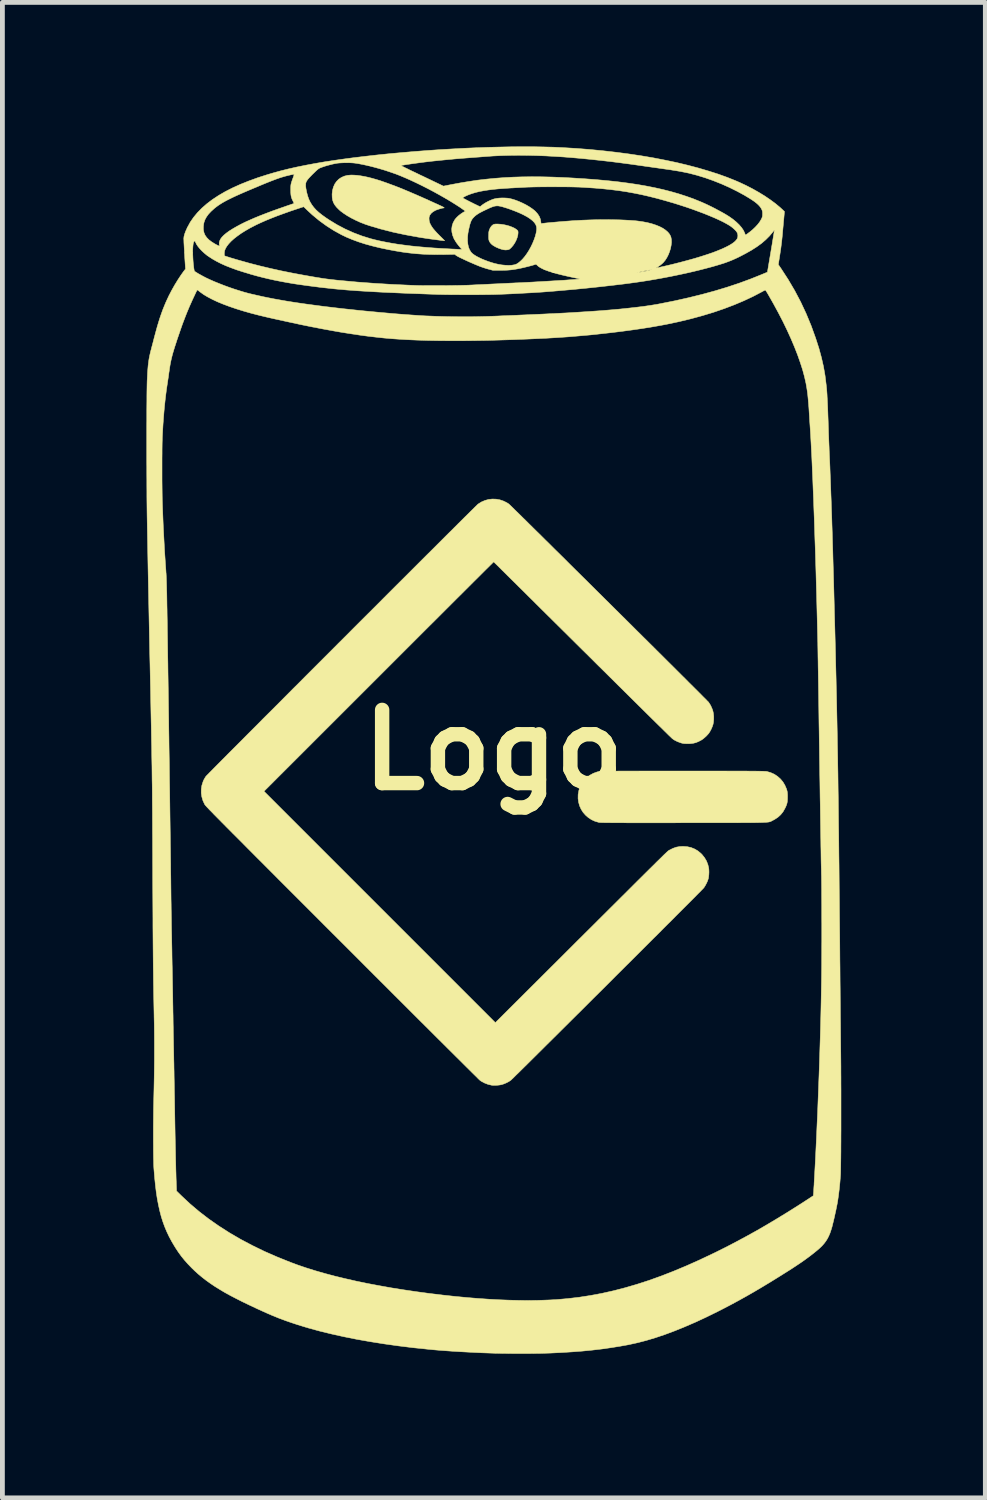
<source format=kicad_pcb>
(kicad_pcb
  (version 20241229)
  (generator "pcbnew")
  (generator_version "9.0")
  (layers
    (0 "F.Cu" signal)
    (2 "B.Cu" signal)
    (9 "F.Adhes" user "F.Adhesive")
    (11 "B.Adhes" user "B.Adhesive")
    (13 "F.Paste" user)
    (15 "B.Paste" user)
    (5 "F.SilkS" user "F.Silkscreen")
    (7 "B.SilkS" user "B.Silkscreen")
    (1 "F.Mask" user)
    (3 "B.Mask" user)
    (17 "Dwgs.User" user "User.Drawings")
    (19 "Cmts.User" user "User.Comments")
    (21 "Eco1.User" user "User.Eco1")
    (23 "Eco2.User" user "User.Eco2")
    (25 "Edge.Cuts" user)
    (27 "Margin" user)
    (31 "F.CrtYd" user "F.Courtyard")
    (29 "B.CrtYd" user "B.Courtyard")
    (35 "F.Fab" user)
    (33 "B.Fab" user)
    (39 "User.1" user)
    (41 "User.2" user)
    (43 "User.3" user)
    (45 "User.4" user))
  (footprint "Logo"
    (layer "F.Cu")
    (at 7.228 12.564)
    (property "Reference" "Logo" (at 0 0 0) (layer "F.SilkS") (effects (font (size 1.524 1.524) (thickness 0.3))))
    (attr through_hole)
    (fp_poly (pts (xy 0.082 -10.95) (xy 0.086 -10.95) (xy 0.145 -10.946) (xy 0.207 -10.937) (xy 0.269 -10.924) (xy 0.329 -10.907) (xy 0.384 -10.886) (xy 0.432 -10.864) (xy 0.47 -10.839) (xy 0.483 -10.829) (xy 0.497 -10.816) (xy 0.504 -10.805) (xy 0.507 -10.791) (xy 0.508 -10.77) (xy 0.508 -10.766) (xy 0.503 -10.719) (xy 0.489 -10.666) (xy 0.468 -10.612) (xy 0.44 -10.558) (xy 0.407 -10.508) (xy 0.371 -10.465) (xy 0.334 -10.43) (xy 0.333 -10.429) (xy 0.31 -10.418) (xy 0.279 -10.412) (xy 0.243 -10.41) (xy 0.208 -10.414) (xy 0.155 -10.427) (xy 0.099 -10.447) (xy 0.045 -10.471) (xy -0.004 -10.499) (xy -0.036 -10.522) (xy -0.069 -10.556) (xy -0.087 -10.584) (xy -0.094 -10.6) (xy -0.099 -10.614) (xy -0.102 -10.629) (xy -0.104 -10.649) (xy -0.105 -10.675) (xy -0.105 -10.703) (xy -0.104 -10.743) (xy -0.103 -10.773) (xy -0.099 -10.797) (xy -0.094 -10.818) (xy -0.092 -10.823) (xy -0.073 -10.868) (xy -0.048 -10.905) (xy -0.019 -10.931) (xy -0.013 -10.935) (xy 0.001 -10.942) (xy 0.014 -10.946) (xy 0.03 -10.949) (xy 0.052 -10.95) (xy 0.082 -10.95)) (stroke (width 0.01) (type solid)) (fill yes) (layer "F.SilkS"))
    (fp_poly (pts (xy -2.903 -11.968) (xy -2.836 -11.963) (xy -2.766 -11.953) (xy -2.691 -11.94) (xy -2.612 -11.923) (xy -2.527 -11.901) (xy -2.436 -11.875) (xy -2.339 -11.844) (xy -2.235 -11.808) (xy -2.124 -11.767) (xy -2.005 -11.722) (xy -1.878 -11.671) (xy -1.743 -11.614) (xy -1.598 -11.552) (xy -1.444 -11.484) (xy -1.28 -11.41) (xy -1.105 -11.33) (xy -1.087 -11.322) (xy -1.057 -11.307) (xy -1.038 -11.296) (xy -1.03 -11.289) (xy -1.033 -11.285) (xy -1.043 -11.284) (xy -1.061 -11.282) (xy -1.088 -11.276) (xy -1.119 -11.267) (xy -1.152 -11.257) (xy -1.184 -11.246) (xy -1.211 -11.235) (xy -1.217 -11.232) (xy -1.266 -11.203) (xy -1.304 -11.17) (xy -1.33 -11.133) (xy -1.344 -11.093) (xy -1.346 -11.063) (xy -1.343 -11.024) (xy -1.335 -10.986) (xy -1.319 -10.947) (xy -1.296 -10.906) (xy -1.266 -10.862) (xy -1.226 -10.814) (xy -1.178 -10.761) (xy -1.123 -10.705) (xy -1.021 -10.604) (xy -1.046 -10.605) (xy -1.065 -10.607) (xy -1.091 -10.609) (xy -1.114 -10.612) (xy -1.191 -10.622) (xy -1.257 -10.631) (xy -1.314 -10.638) (xy -1.366 -10.646) (xy -1.415 -10.653) (xy -1.461 -10.66) (xy -1.509 -10.667) (xy -1.56 -10.676) (xy -1.574 -10.678) (xy -1.842 -10.727) (xy -2.1 -10.782) (xy -2.35 -10.846) (xy -2.584 -10.915) (xy -2.682 -10.948) (xy -2.779 -10.986) (xy -2.873 -11.029) (xy -2.962 -11.074) (xy -3.045 -11.121) (xy -3.12 -11.17) (xy -3.185 -11.218) (xy -3.219 -11.248) (xy -3.269 -11.298) (xy -3.307 -11.346) (xy -3.335 -11.395) (xy -3.353 -11.447) (xy -3.362 -11.503) (xy -3.364 -11.565) (xy -3.364 -11.576) (xy -3.355 -11.652) (xy -3.336 -11.721) (xy -3.308 -11.784) (xy -3.27 -11.838) (xy -3.224 -11.884) (xy -3.17 -11.92) (xy -3.109 -11.947) (xy -3.041 -11.964) (xy -2.967 -11.97) (xy -2.966 -11.97) (xy -2.903 -11.968)) (stroke (width 0.01) (type solid)) (fill yes) (layer "F.SilkS"))
    (fp_poly (pts (xy 4.113 0.438) (xy 4.276 0.438) (xy 4.427 0.438) (xy 4.567 0.438) (xy 4.696 0.438) (xy 4.815 0.438) (xy 4.924 0.439) (xy 5.023 0.439) (xy 5.113 0.439) (xy 5.194 0.439) (xy 5.267 0.439) (xy 5.333 0.44) (xy 5.391 0.44) (xy 5.442 0.44) (xy 5.487 0.441) (xy 5.526 0.441) (xy 5.56 0.442) (xy 5.589 0.442) (xy 5.613 0.443) (xy 5.633 0.444) (xy 5.649 0.444) (xy 5.662 0.445) (xy 5.673 0.446) (xy 5.681 0.447) (xy 5.687 0.448) (xy 5.688 0.448) (xy 5.767 0.471) (xy 5.841 0.504) (xy 5.908 0.548) (xy 5.968 0.601) (xy 6.02 0.662) (xy 6.062 0.732) (xy 6.095 0.808) (xy 6.104 0.836) (xy 6.11 0.86) (xy 6.114 0.882) (xy 6.116 0.907) (xy 6.118 0.938) (xy 6.118 0.978) (xy 6.117 1.028) (xy 6.114 1.069) (xy 6.108 1.105) (xy 6.098 1.139) (xy 6.083 1.177) (xy 6.064 1.216) (xy 6.024 1.287) (xy 5.976 1.347) (xy 5.919 1.399) (xy 5.853 1.443) (xy 5.82 1.461) (xy 5.809 1.466) (xy 5.8 1.471) (xy 5.792 1.476) (xy 5.784 1.48) (xy 5.777 1.484) (xy 5.769 1.488) (xy 5.761 1.491) (xy 5.751 1.494) (xy 5.739 1.497) (xy 5.726 1.5) (xy 5.709 1.502) (xy 5.69 1.504) (xy 5.667 1.506) (xy 5.64 1.507) (xy 5.608 1.509) (xy 5.572 1.51) (xy 5.53 1.511) (xy 5.483 1.512) (xy 5.429 1.513) (xy 5.368 1.513) (xy 5.3 1.514) (xy 5.224 1.514) (xy 5.14 1.514) (xy 5.048 1.515) (xy 4.947 1.515) (xy 4.836 1.515) (xy 4.715 1.515) (xy 4.583 1.515) (xy 4.441 1.515) (xy 4.287 1.515) (xy 4.122 1.515) (xy 3.956 1.515) (xy 3.779 1.516) (xy 3.614 1.516) (xy 3.461 1.516) (xy 3.319 1.516) (xy 3.189 1.516) (xy 3.068 1.516) (xy 2.958 1.516) (xy 2.857 1.516) (xy 2.766 1.516) (xy 2.683 1.515) (xy 2.609 1.515) (xy 2.542 1.515) (xy 2.483 1.515) (xy 2.43 1.514) (xy 2.385 1.514) (xy 2.345 1.513) (xy 2.311 1.513) (xy 2.282 1.512) (xy 2.257 1.512) (xy 2.238 1.511) (xy 2.221 1.51) (xy 2.209 1.51) (xy 2.199 1.509) (xy 2.192 1.508) (xy 2.188 1.507) (xy 2.109 1.484) (xy 2.037 1.451) (xy 1.971 1.408) (xy 1.913 1.357) (xy 1.862 1.299) (xy 1.821 1.234) (xy 1.789 1.164) (xy 1.768 1.089) (xy 1.757 1.012) (xy 1.758 0.932) (xy 1.759 0.922) (xy 1.774 0.841) (xy 1.801 0.764) (xy 1.838 0.693) (xy 1.884 0.629) (xy 1.939 0.573) (xy 2.003 0.525) (xy 2.074 0.486) (xy 2.151 0.458) (xy 2.192 0.447) (xy 2.198 0.446) (xy 2.207 0.445) (xy 2.218 0.445) (xy 2.234 0.444) (xy 2.253 0.443) (xy 2.276 0.443) (xy 2.305 0.442) (xy 2.338 0.441) (xy 2.378 0.441) (xy 2.423 0.441) (xy 2.475 0.44) (xy 2.535 0.44) (xy 2.601 0.439) (xy 2.676 0.439) (xy 2.759 0.439) (xy 2.85 0.439) (xy 2.951 0.439) (xy 3.062 0.438) (xy 3.183 0.438) (xy 3.314 0.438) (xy 3.456 0.438) (xy 3.61 0.438) (xy 3.776 0.438) (xy 3.938 0.438) (xy 4.113 0.438)) (stroke (width 0.01) (type solid)) (fill yes) (layer "F.SilkS"))
    (fp_poly (pts (xy 0.052 -5.222) (xy 0.13 -5.208) (xy 0.206 -5.182) (xy 0.223 -5.173) (xy 0.253 -5.159) (xy 0.282 -5.143) (xy 0.306 -5.128) (xy 0.314 -5.122) (xy 0.321 -5.116) (xy 0.337 -5.101) (xy 0.361 -5.078) (xy 0.393 -5.047) (xy 0.432 -5.008) (xy 0.479 -4.962) (xy 0.533 -4.91) (xy 0.593 -4.85) (xy 0.66 -4.785) (xy 0.732 -4.713) (xy 0.81 -4.636) (xy 0.893 -4.554) (xy 0.981 -4.468) (xy 1.073 -4.376) (xy 1.17 -4.281) (xy 1.27 -4.181) (xy 1.374 -4.079) (xy 1.481 -3.973) (xy 1.59 -3.864) (xy 1.702 -3.753) (xy 1.816 -3.64) (xy 1.932 -3.526) (xy 2.049 -3.409) (xy 2.167 -3.292) (xy 2.286 -3.174) (xy 2.405 -3.056) (xy 2.524 -2.938) (xy 2.643 -2.82) (xy 2.761 -2.703) (xy 2.878 -2.587) (xy 2.993 -2.472) (xy 3.107 -2.359) (xy 3.219 -2.248) (xy 3.328 -2.14) (xy 3.434 -2.034) (xy 3.537 -1.932) (xy 3.637 -1.832) (xy 3.733 -1.737) (xy 3.824 -1.646) (xy 3.911 -1.559) (xy 3.994 -1.477) (xy 4.07 -1.4) (xy 4.142 -1.329) (xy 4.207 -1.264) (xy 4.266 -1.205) (xy 4.319 -1.152) (xy 4.364 -1.106) (xy 4.403 -1.068) (xy 4.433 -1.037) (xy 4.455 -1.014) (xy 4.47 -1) (xy 4.475 -0.994) (xy 4.517 -0.928) (xy 4.55 -0.853) (xy 4.563 -0.815) (xy 4.575 -0.761) (xy 4.581 -0.701) (xy 4.581 -0.639) (xy 4.576 -0.579) (xy 4.567 -0.533) (xy 4.551 -0.485) (xy 4.529 -0.434) (xy 4.504 -0.387) (xy 4.48 -0.349) (xy 4.456 -0.321) (xy 4.426 -0.289) (xy 4.392 -0.258) (xy 4.358 -0.23) (xy 4.328 -0.209) (xy 4.324 -0.207) (xy 4.265 -0.176) (xy 4.209 -0.153) (xy 4.152 -0.139) (xy 4.091 -0.132) (xy 4.039 -0.131) (xy 4 -0.132) (xy 3.971 -0.133) (xy 3.946 -0.136) (xy 3.923 -0.141) (xy 3.897 -0.148) (xy 3.897 -0.148) (xy 3.824 -0.175) (xy 3.758 -0.209) (xy 3.721 -0.235) (xy 3.714 -0.241) (xy 3.699 -0.256) (xy 3.675 -0.279) (xy 3.642 -0.31) (xy 3.603 -0.349) (xy 3.555 -0.396) (xy 3.501 -0.45) (xy 3.439 -0.51) (xy 3.371 -0.577) (xy 3.297 -0.65) (xy 3.217 -0.729) (xy 3.131 -0.814) (xy 3.04 -0.904) (xy 2.944 -0.999) (xy 2.843 -1.099) (xy 2.737 -1.204) (xy 2.628 -1.312) (xy 2.515 -1.424) (xy 2.398 -1.54) (xy 2.278 -1.659) (xy 2.155 -1.78) (xy 2.03 -1.905) (xy 1.902 -2.032) (xy 1.845 -2.088) (xy 1.717 -2.215) (xy 1.591 -2.34) (xy 1.467 -2.463) (xy 1.347 -2.582) (xy 1.229 -2.699) (xy 1.115 -2.812) (xy 1.005 -2.921) (xy 0.899 -3.026) (xy 0.798 -3.127) (xy 0.701 -3.223) (xy 0.609 -3.315) (xy 0.522 -3.4) (xy 0.441 -3.481) (xy 0.365 -3.556) (xy 0.296 -3.624) (xy 0.234 -3.686) (xy 0.178 -3.741) (xy 0.129 -3.79) (xy 0.088 -3.831) (xy 0.054 -3.864) (xy 0.028 -3.889) (xy 0.011 -3.907) (xy 0.002 -3.915) (xy 0.001 -3.916) (xy -0.004 -3.912) (xy -0.018 -3.899) (xy -0.039 -3.877) (xy -0.069 -3.848) (xy -0.107 -3.81) (xy -0.153 -3.765) (xy -0.206 -3.712) (xy -0.266 -3.652) (xy -0.333 -3.585) (xy -0.407 -3.512) (xy -0.487 -3.432) (xy -0.573 -3.346) (xy -0.665 -3.254) (xy -0.763 -3.157) (xy -0.866 -3.054) (xy -0.974 -2.946) (xy -1.087 -2.833) (xy -1.204 -2.716) (xy -1.326 -2.595) (xy -1.452 -2.469) (xy -1.581 -2.34) (xy -1.714 -2.207) (xy -1.85 -2.071) (xy -1.989 -1.932) (xy -2.131 -1.79) (xy -2.275 -1.646) (xy -2.392 -1.529) (xy -4.782 0.86) (xy -2.373 3.269) (xy 0.035 5.677) (xy 1.578 4.139) (xy 1.739 3.978) (xy 1.892 3.826) (xy 2.036 3.683) (xy 2.172 3.547) (xy 2.3 3.42) (xy 2.42 3.3) (xy 2.533 3.188) (xy 2.638 3.083) (xy 2.737 2.985) (xy 2.828 2.894) (xy 2.913 2.809) (xy 2.992 2.73) (xy 3.065 2.658) (xy 3.132 2.591) (xy 3.194 2.53) (xy 3.25 2.474) (xy 3.301 2.424) (xy 3.348 2.378) (xy 3.389 2.336) (xy 3.427 2.299) (xy 3.461 2.266) (xy 3.491 2.237) (xy 3.517 2.211) (xy 3.54 2.188) (xy 3.56 2.169) (xy 3.577 2.153) (xy 3.592 2.139) (xy 3.604 2.127) (xy 3.615 2.118) (xy 3.623 2.11) (xy 3.63 2.104) (xy 3.636 2.099) (xy 3.641 2.096) (xy 3.644 2.093) (xy 3.648 2.091) (xy 3.651 2.089) (xy 3.654 2.088) (xy 3.657 2.086) (xy 3.661 2.084) (xy 3.661 2.084) (xy 3.732 2.048) (xy 3.803 2.023) (xy 3.877 2.01) (xy 3.943 2.007) (xy 4.027 2.013) (xy 4.107 2.03) (xy 4.181 2.06) (xy 4.25 2.1) (xy 4.313 2.152) (xy 4.337 2.176) (xy 4.389 2.241) (xy 4.431 2.312) (xy 4.46 2.387) (xy 4.477 2.459) (xy 4.481 2.499) (xy 4.482 2.545) (xy 4.48 2.593) (xy 4.475 2.639) (xy 4.469 2.677) (xy 4.467 2.683) (xy 4.452 2.728) (xy 4.43 2.776) (xy 4.405 2.823) (xy 4.379 2.864) (xy 4.375 2.87) (xy 4.368 2.877) (xy 4.353 2.893) (xy 4.329 2.917) (xy 4.298 2.95) (xy 4.258 2.989) (xy 4.212 3.036) (xy 4.159 3.09) (xy 4.099 3.15) (xy 4.033 3.216) (xy 3.961 3.288) (xy 3.883 3.366) (xy 3.801 3.448) (xy 3.714 3.536) (xy 3.622 3.627) (xy 3.526 3.723) (xy 3.427 3.823) (xy 3.324 3.925) (xy 3.218 4.031) (xy 3.11 4.139) (xy 2.999 4.25) (xy 2.887 4.362) (xy 2.772 4.476) (xy 2.657 4.591) (xy 2.54 4.707) (xy 2.424 4.824) (xy 2.307 4.941) (xy 2.19 5.057) (xy 2.073 5.173) (xy 1.958 5.288) (xy 1.844 5.402) (xy 1.731 5.514) (xy 1.62 5.624) (xy 1.512 5.732) (xy 1.406 5.837) (xy 1.303 5.94) (xy 1.204 6.038) (xy 1.108 6.133) (xy 1.017 6.224) (xy 0.929 6.311) (xy 0.847 6.393) (xy 0.77 6.469) (xy 0.698 6.541) (xy 0.632 6.606) (xy 0.572 6.665) (xy 0.519 6.718) (xy 0.472 6.763) (xy 0.433 6.802) (xy 0.402 6.833) (xy 0.378 6.855) (xy 0.363 6.87) (xy 0.356 6.876) (xy 0.313 6.905) (xy 0.262 6.931) (xy 0.209 6.953) (xy 0.168 6.966) (xy 0.13 6.974) (xy 0.086 6.979) (xy 0.041 6.982) (xy -0.002 6.982) (xy -0.038 6.98) (xy -0.042 6.979) (xy -0.116 6.962) (xy -0.189 6.934) (xy -0.258 6.897) (xy -0.279 6.883) (xy -0.286 6.877) (xy -0.301 6.863) (xy -0.325 6.84) (xy -0.356 6.808) (xy -0.396 6.769) (xy -0.444 6.722) (xy -0.499 6.667) (xy -0.562 6.605) (xy -0.631 6.536) (xy -0.707 6.46) (xy -0.79 6.378) (xy -0.879 6.289) (xy -0.974 6.195) (xy -1.075 6.094) (xy -1.182 5.988) (xy -1.294 5.876) (xy -1.411 5.759) (xy -1.533 5.638) (xy -1.659 5.512) (xy -1.79 5.381) (xy -1.925 5.246) (xy -2.064 5.108) (xy -2.206 4.965) (xy -2.352 4.82) (xy -2.501 4.671) (xy -2.653 4.519) (xy -2.807 4.364) (xy -2.964 4.207) (xy -3.123 4.048) (xy -3.153 4.018) (xy -3.345 3.827) (xy -3.528 3.644) (xy -3.702 3.469) (xy -3.868 3.303) (xy -4.026 3.145) (xy -4.176 2.995) (xy -4.318 2.853) (xy -4.453 2.718) (xy -4.58 2.59) (xy -4.7 2.47) (xy -4.813 2.356) (xy -4.92 2.25) (xy -5.02 2.149) (xy -5.114 2.055) (xy -5.201 1.967) (xy -5.283 1.885) (xy -5.359 1.809) (xy -5.43 1.738) (xy -5.495 1.672) (xy -5.556 1.611) (xy -5.611 1.555) (xy -5.662 1.504) (xy -5.708 1.457) (xy -5.75 1.415) (xy -5.788 1.376) (xy -5.823 1.341) (xy -5.853 1.309) (xy -5.881 1.281) (xy -5.905 1.257) (xy -5.926 1.235) (xy -5.944 1.215) (xy -5.96 1.199) (xy -5.973 1.185) (xy -5.984 1.172) (xy -5.994 1.162) (xy -6.001 1.153) (xy -6.007 1.146) (xy -6.011 1.14) (xy -6.015 1.136) (xy -6.017 1.132) (xy -6.018 1.13) (xy -6.053 1.055) (xy -6.076 0.976) (xy -6.088 0.896) (xy -6.087 0.815) (xy -6.075 0.736) (xy -6.05 0.658) (xy -6.036 0.625) (xy -6.022 0.599) (xy -6.006 0.572) (xy -5.993 0.552) (xy -5.987 0.545) (xy -5.973 0.53) (xy -5.949 0.506) (xy -5.918 0.474) (xy -5.879 0.435) (xy -5.833 0.388) (xy -5.779 0.333) (xy -5.718 0.272) (xy -5.651 0.204) (xy -5.577 0.13) (xy -5.498 0.05) (xy -5.412 -0.036) (xy -5.321 -0.127) (xy -5.225 -0.223) (xy -5.124 -0.325) (xy -5.019 -0.43) (xy -4.909 -0.54) (xy -4.796 -0.655) (xy -4.678 -0.772) (xy -4.557 -0.893) (xy -4.433 -1.017) (xy -4.307 -1.144) (xy -4.178 -1.274) (xy -4.046 -1.405) (xy -3.913 -1.539) (xy -3.778 -1.674) (xy -3.642 -1.81) (xy -3.504 -1.948) (xy -3.366 -2.086) (xy -3.228 -2.225) (xy -3.089 -2.363) (xy -2.951 -2.502) (xy -2.813 -2.64) (xy -2.676 -2.777) (xy -2.539 -2.913) (xy -2.404 -3.048) (xy -2.271 -3.182) (xy -2.14 -3.313) (xy -2.011 -3.442) (xy -1.884 -3.568) (xy -1.76 -3.692) (xy -1.639 -3.813) (xy -1.522 -3.93) (xy -1.408 -4.044) (xy -1.298 -4.153) (xy -1.193 -4.258) (xy -1.092 -4.359) (xy -0.996 -4.455) (xy -0.905 -4.545) (xy -0.82 -4.63) (xy -0.74 -4.71) (xy -0.666 -4.783) (xy -0.599 -4.85) (xy -0.538 -4.91) (xy -0.485 -4.963) (xy -0.438 -5.009) (xy -0.399 -5.048) (xy -0.368 -5.078) (xy -0.345 -5.101) (xy -0.33 -5.115) (xy -0.324 -5.12) (xy -0.256 -5.163) (xy -0.182 -5.195) (xy -0.106 -5.216) (xy -0.027 -5.225) (xy 0.052 -5.222)) (stroke (width 0.01) (type solid)) (fill yes) (layer "F.SilkS"))
    (fp_poly (pts (xy 0.826 -12.559) (xy 1.04 -12.555) (xy 1.243 -12.55) (xy 1.435 -12.541) (xy 1.435 -12.541) (xy 1.72 -12.524) (xy 2.001 -12.502) (xy 2.277 -12.475) (xy 2.549 -12.444) (xy 2.815 -12.409) (xy 3.075 -12.37) (xy 3.328 -12.327) (xy 3.574 -12.279) (xy 3.812 -12.229) (xy 4.041 -12.174) (xy 4.261 -12.116) (xy 4.471 -12.054) (xy 4.672 -11.99) (xy 4.861 -11.922) (xy 5.038 -11.851) (xy 5.112 -11.819) (xy 5.253 -11.753) (xy 5.389 -11.683) (xy 5.52 -11.609) (xy 5.644 -11.533) (xy 5.76 -11.454) (xy 5.867 -11.375) (xy 5.963 -11.295) (xy 6.004 -11.257) (xy 6.054 -11.21) (xy 6.04 -11.055) (xy 6.035 -11.003) (xy 6.03 -10.943) (xy 6.024 -10.879) (xy 6.018 -10.814) (xy 6.013 -10.752) (xy 6.01 -10.719) (xy 5.996 -10.585) (xy 5.978 -10.442) (xy 5.96 -10.322) (xy 5.926 -10.106) (xy 5.985 -10.02) (xy 6.131 -9.795) (xy 6.267 -9.564) (xy 6.392 -9.327) (xy 6.506 -9.083) (xy 6.61 -8.832) (xy 6.703 -8.574) (xy 6.772 -8.36) (xy 6.823 -8.172) (xy 6.866 -7.984) (xy 6.899 -7.795) (xy 6.923 -7.6) (xy 6.931 -7.525) (xy 6.934 -7.488) (xy 6.937 -7.449) (xy 6.94 -7.407) (xy 6.942 -7.361) (xy 6.945 -7.31) (xy 6.948 -7.253) (xy 6.951 -7.189) (xy 6.954 -7.117) (xy 6.957 -7.036) (xy 6.96 -6.944) (xy 6.964 -6.842) (xy 6.966 -6.769) (xy 6.969 -6.692) (xy 6.971 -6.613) (xy 6.974 -6.533) (xy 6.977 -6.453) (xy 6.98 -6.378) (xy 6.983 -6.308) (xy 6.985 -6.245) (xy 6.987 -6.192) (xy 6.988 -6.175) (xy 6.994 -6.041) (xy 7 -5.906) (xy 7.005 -5.767) (xy 7.011 -5.626) (xy 7.016 -5.481) (xy 7.021 -5.333) (xy 7.027 -5.18) (xy 7.032 -5.022) (xy 7.038 -4.859) (xy 7.043 -4.69) (xy 7.049 -4.514) (xy 7.054 -4.332) (xy 7.06 -4.142) (xy 7.065 -3.944) (xy 7.071 -3.738) (xy 7.077 -3.524) (xy 7.083 -3.3) (xy 7.089 -3.066) (xy 7.095 -2.821) (xy 7.102 -2.566) (xy 7.109 -2.3) (xy 7.116 -2.022) (xy 7.121 -1.788) (xy 7.125 -1.63) (xy 7.129 -1.475) (xy 7.132 -1.323) (xy 7.136 -1.173) (xy 7.139 -1.025) (xy 7.142 -0.878) (xy 7.145 -0.731) (xy 7.148 -0.584) (xy 7.151 -0.437) (xy 7.154 -0.289) (xy 7.156 -0.139) (xy 7.159 0.012) (xy 7.162 0.166) (xy 7.164 0.324) (xy 7.167 0.484) (xy 7.169 0.649) (xy 7.171 0.818) (xy 7.174 0.993) (xy 7.176 1.173) (xy 7.178 1.359) (xy 7.18 1.551) (xy 7.183 1.751) (xy 7.185 1.958) (xy 7.187 2.174) (xy 7.19 2.398) (xy 7.192 2.631) (xy 7.194 2.874) (xy 7.197 3.127) (xy 7.199 3.391) (xy 7.202 3.666) (xy 7.205 3.953) (xy 7.207 4.232) (xy 7.208 4.377) (xy 7.21 4.524) (xy 7.211 4.675) (xy 7.212 4.826) (xy 7.214 4.978) (xy 7.215 5.129) (xy 7.217 5.279) (xy 7.218 5.425) (xy 7.219 5.567) (xy 7.221 5.705) (xy 7.222 5.836) (xy 7.223 5.96) (xy 7.224 6.075) (xy 7.225 6.182) (xy 7.226 6.278) (xy 7.227 6.362) (xy 7.227 6.372) (xy 7.228 6.477) (xy 7.229 6.587) (xy 7.229 6.701) (xy 7.23 6.819) (xy 7.23 6.941) (xy 7.231 7.064) (xy 7.231 7.189) (xy 7.231 7.315) (xy 7.231 7.441) (xy 7.231 7.567) (xy 7.231 7.69) (xy 7.231 7.812) (xy 7.231 7.931) (xy 7.23 8.046) (xy 7.23 8.156) (xy 7.229 8.261) (xy 7.229 8.361) (xy 7.228 8.453) (xy 7.227 8.538) (xy 7.226 8.615) (xy 7.225 8.683) (xy 7.224 8.741) (xy 7.223 8.789) (xy 7.222 8.825) (xy 7.221 8.849) (xy 7.209 9) (xy 7.195 9.141) (xy 7.179 9.272) (xy 7.161 9.396) (xy 7.15 9.457) (xy 7.143 9.492) (xy 7.134 9.536) (xy 7.124 9.587) (xy 7.111 9.643) (xy 7.099 9.7) (xy 7.086 9.757) (xy 7.073 9.811) (xy 7.061 9.859) (xy 7.051 9.899) (xy 7.045 9.925) (xy 7.023 9.997) (xy 7.001 10.062) (xy 6.976 10.12) (xy 6.948 10.175) (xy 6.916 10.226) (xy 6.879 10.275) (xy 6.836 10.324) (xy 6.785 10.373) (xy 6.726 10.424) (xy 6.658 10.479) (xy 6.582 10.538) (xy 6.521 10.583) (xy 6.463 10.625) (xy 6.406 10.665) (xy 6.347 10.705) (xy 6.284 10.747) (xy 6.214 10.793) (xy 6.136 10.843) (xy 6.134 10.844) (xy 5.945 10.963) (xy 5.764 11.075) (xy 5.59 11.18) (xy 5.421 11.28) (xy 5.257 11.374) (xy 5.095 11.464) (xy 4.934 11.551) (xy 4.773 11.635) (xy 4.651 11.697) (xy 4.419 11.811) (xy 4.195 11.915) (xy 3.977 12.009) (xy 3.768 12.094) (xy 3.564 12.17) (xy 3.368 12.236) (xy 3.178 12.293) (xy 2.993 12.341) (xy 2.815 12.38) (xy 2.807 12.382) (xy 2.623 12.415) (xy 2.435 12.445) (xy 2.244 12.472) (xy 2.048 12.495) (xy 1.845 12.515) (xy 1.634 12.531) (xy 1.413 12.545) (xy 1.183 12.556) (xy 1.054 12.56) (xy 0.995 12.562) (xy 0.925 12.563) (xy 0.846 12.564) (xy 0.76 12.565) (xy 0.67 12.565) (xy 0.576 12.565) (xy 0.481 12.565) (xy 0.386 12.565) (xy 0.294 12.564) (xy 0.207 12.563) (xy 0.127 12.562) (xy 0.054 12.56) (xy 0.032 12.56) (xy -0.109 12.555) (xy -0.256 12.55) (xy -0.405 12.543) (xy -0.556 12.535) (xy -0.706 12.527) (xy -0.853 12.518) (xy -0.995 12.508) (xy -1.13 12.498) (xy -1.257 12.487) (xy -1.359 12.477) (xy -1.677 12.444) (xy -1.985 12.406) (xy -2.284 12.364) (xy -2.573 12.318) (xy -2.851 12.269) (xy -3.12 12.215) (xy -3.377 12.158) (xy -3.623 12.098) (xy -3.858 12.034) (xy -4.081 11.966) (xy -4.169 11.937) (xy -4.252 11.909) (xy -4.33 11.882) (xy -4.404 11.854) (xy -4.477 11.827) (xy -4.55 11.797) (xy -4.626 11.766) (xy -4.707 11.731) (xy -4.794 11.692) (xy -4.889 11.649) (xy -4.924 11.633) (xy -5.081 11.559) (xy -5.227 11.489) (xy -5.361 11.421) (xy -5.486 11.356) (xy -5.602 11.292) (xy -5.709 11.228) (xy -5.809 11.166) (xy -5.902 11.103) (xy -5.99 11.04) (xy -6.072 10.976) (xy -6.15 10.911) (xy -6.224 10.844) (xy -6.284 10.786) (xy -6.364 10.703) (xy -6.436 10.622) (xy -6.501 10.542) (xy -6.563 10.457) (xy -6.623 10.366) (xy -6.649 10.324) (xy -6.706 10.227) (xy -6.758 10.13) (xy -6.805 10.031) (xy -6.848 9.929) (xy -6.886 9.825) (xy -6.921 9.715) (xy -6.951 9.6) (xy -6.978 9.479) (xy -7.003 9.35) (xy -7.024 9.213) (xy -7.042 9.067) (xy -7.058 8.91) (xy -7.072 8.742) (xy -7.075 8.703) (xy -7.077 8.665) (xy -7.079 8.616) (xy -7.08 8.557) (xy -7.082 8.489) (xy -7.083 8.412) (xy -7.084 8.328) (xy -7.084 8.239) (xy -7.085 8.145) (xy -7.085 8.048) (xy -7.085 7.948) (xy -7.085 7.848) (xy -7.084 7.747) (xy -7.083 7.647) (xy -7.082 7.55) (xy -7.081 7.456) (xy -7.079 7.367) (xy -7.077 7.284) (xy -7.077 7.277) (xy -7.072 7.058) (xy -7.068 6.85) (xy -7.065 6.651) (xy -7.063 6.459) (xy -7.063 6.273) (xy -7.063 6.09) (xy -7.064 5.908) (xy -7.066 5.726) (xy -7.07 5.543) (xy -7.07 5.524) (xy -7.072 5.421) (xy -7.074 5.32) (xy -7.076 5.222) (xy -7.078 5.124) (xy -7.08 5.027) (xy -7.081 4.93) (xy -7.083 4.832) (xy -7.084 4.733) (xy -7.085 4.632) (xy -7.087 4.528) (xy -7.088 4.42) (xy -7.089 4.308) (xy -7.09 4.192) (xy -7.091 4.07) (xy -7.092 3.941) (xy -7.093 3.806) (xy -7.094 3.664) (xy -7.094 3.513) (xy -7.095 3.353) (xy -7.096 3.183) (xy -7.097 3.004) (xy -7.098 2.813) (xy -7.099 2.611) (xy -7.099 2.483) (xy -7.1 2.325) (xy -7.1 2.176) (xy -7.101 2.035) (xy -7.101 1.901) (xy -7.102 1.773) (xy -7.103 1.652) (xy -7.103 1.536) (xy -7.104 1.424) (xy -7.104 1.317) (xy -7.105 1.214) (xy -7.106 1.113) (xy -7.107 1.015) (xy -7.107 0.919) (xy -7.108 0.823) (xy -7.109 0.728) (xy -7.111 0.634) (xy -7.112 0.538) (xy -7.113 0.441) (xy -7.114 0.342) (xy -7.116 0.241) (xy -7.118 0.136) (xy -7.119 0.028) (xy -7.121 -0.084) (xy -7.124 -0.202) (xy -7.126 -0.325) (xy -7.128 -0.454) (xy -7.131 -0.59) (xy -7.134 -0.734) (xy -7.137 -0.886) (xy -7.14 -1.046) (xy -7.143 -1.215) (xy -7.147 -1.394) (xy -7.151 -1.584) (xy -7.155 -1.785) (xy -7.16 -1.997) (xy -7.163 -2.149) (xy -7.171 -2.551) (xy -7.179 -2.952) (xy -7.187 -3.352) (xy -7.195 -3.748) (xy -7.202 -4.138) (xy -7.209 -4.519) (xy -7.215 -4.851) (xy -7.216 -4.921) (xy -7.217 -5) (xy -7.218 -5.087) (xy -7.219 -5.182) (xy -7.22 -5.283) (xy -7.22 -5.391) (xy -7.221 -5.504) (xy -7.221 -5.622) (xy -7.222 -5.743) (xy -7.222 -5.867) (xy -7.222 -5.89) (xy -6.905 -5.89) (xy -6.905 -5.795) (xy -6.905 -5.7) (xy -6.905 -5.607) (xy -6.904 -5.517) (xy -6.903 -5.43) (xy -6.902 -5.349) (xy -6.901 -5.274) (xy -6.9 -5.207) (xy -6.898 -5.15) (xy -6.897 -5.121) (xy -6.891 -4.958) (xy -6.885 -4.806) (xy -6.879 -4.662) (xy -6.872 -4.524) (xy -6.865 -4.391) (xy -6.858 -4.261) (xy -6.851 -4.13) (xy -6.842 -3.998) (xy -6.833 -3.862) (xy -6.823 -3.719) (xy -6.823 -3.715) (xy -6.822 -3.696) (xy -6.82 -3.678) (xy -6.819 -3.66) (xy -6.818 -3.64) (xy -6.817 -3.62) (xy -6.816 -3.598) (xy -6.815 -3.575) (xy -6.814 -3.549) (xy -6.813 -3.52) (xy -6.812 -3.489) (xy -6.811 -3.454) (xy -6.81 -3.415) (xy -6.809 -3.373) (xy -6.808 -3.325) (xy -6.806 -3.273) (xy -6.805 -3.215) (xy -6.804 -3.152) (xy -6.803 -3.082) (xy -6.802 -3.006) (xy -6.8 -2.924) (xy -6.799 -2.833) (xy -6.797 -2.736) (xy -6.795 -2.63) (xy -6.794 -2.516) (xy -6.792 -2.392) (xy -6.79 -2.26) (xy -6.788 -2.118) (xy -6.786 -1.966) (xy -6.783 -1.804) (xy -6.781 -1.631) (xy -6.778 -1.447) (xy -6.775 -1.251) (xy -6.772 -1.044) (xy -6.769 -0.826) (xy -6.766 -0.636) (xy -6.764 -0.447) (xy -6.761 -0.259) (xy -6.759 -0.072) (xy -6.756 0.112) (xy -6.753 0.293) (xy -6.751 0.471) (xy -6.749 0.646) (xy -6.746 0.816) (xy -6.744 0.981) (xy -6.742 1.141) (xy -6.74 1.294) (xy -6.738 1.441) (xy -6.736 1.581) (xy -6.734 1.714) (xy -6.732 1.838) (xy -6.731 1.953) (xy -6.729 2.059) (xy -6.728 2.156) (xy -6.727 2.242) (xy -6.726 2.317) (xy -6.725 2.38) (xy -6.725 2.432) (xy -6.725 2.442) (xy -6.724 2.545) (xy -6.722 2.645) (xy -6.721 2.741) (xy -6.72 2.835) (xy -6.719 2.928) (xy -6.718 3.021) (xy -6.717 3.114) (xy -6.715 3.209) (xy -6.714 3.306) (xy -6.712 3.408) (xy -6.71 3.514) (xy -6.709 3.625) (xy -6.707 3.744) (xy -6.704 3.869) (xy -6.702 4.004) (xy -6.699 4.148) (xy -6.697 4.302) (xy -6.694 4.469) (xy -6.693 4.499) (xy -6.691 4.602) (xy -6.689 4.71) (xy -6.687 4.82) (xy -6.685 4.932) (xy -6.683 5.042) (xy -6.681 5.151) (xy -6.68 5.255) (xy -6.678 5.353) (xy -6.677 5.444) (xy -6.675 5.526) (xy -6.674 5.598) (xy -6.674 5.607) (xy -6.673 5.691) (xy -6.671 5.78) (xy -6.67 5.871) (xy -6.668 5.963) (xy -6.666 6.054) (xy -6.665 6.14) (xy -6.663 6.219) (xy -6.662 6.29) (xy -6.661 6.337) (xy -6.66 6.391) (xy -6.659 6.456) (xy -6.657 6.53) (xy -6.656 6.612) (xy -6.654 6.701) (xy -6.653 6.794) (xy -6.651 6.889) (xy -6.649 6.986) (xy -6.648 7.083) (xy -6.646 7.178) (xy -6.645 7.217) (xy -6.642 7.419) (xy -6.639 7.61) (xy -6.636 7.788) (xy -6.633 7.954) (xy -6.63 8.109) (xy -6.627 8.253) (xy -6.624 8.387) (xy -6.622 8.51) (xy -6.619 8.623) (xy -6.617 8.726) (xy -6.614 8.82) (xy -6.612 8.905) (xy -6.609 8.981) (xy -6.607 9.048) (xy -6.606 9.069) (xy -6.602 9.182) (xy -6.497 9.285) (xy -6.319 9.451) (xy -6.13 9.611) (xy -5.93 9.765) (xy -5.719 9.912) (xy -5.497 10.054) (xy -5.265 10.189) (xy -5.023 10.317) (xy -4.77 10.44) (xy -4.507 10.555) (xy -4.234 10.665) (xy -4.083 10.721) (xy -3.907 10.781) (xy -3.719 10.84) (xy -3.521 10.897) (xy -3.311 10.953) (xy -3.092 11.006) (xy -2.864 11.058) (xy -2.627 11.107) (xy -2.383 11.153) (xy -2.132 11.198) (xy -1.874 11.239) (xy -1.611 11.278) (xy -1.344 11.314) (xy -1.072 11.347) (xy -0.797 11.377) (xy -0.543 11.401) (xy -0.323 11.419) (xy -0.105 11.434) (xy 0.11 11.446) (xy 0.319 11.454) (xy 0.523 11.459) (xy 0.718 11.461) (xy 0.903 11.459) (xy 1.029 11.455) (xy 1.081 11.453) (xy 1.135 11.451) (xy 1.187 11.449) (xy 1.235 11.446) (xy 1.276 11.444) (xy 1.299 11.443) (xy 1.538 11.422) (xy 1.777 11.394) (xy 2.016 11.357) (xy 2.256 11.312) (xy 2.497 11.258) (xy 2.74 11.195) (xy 2.986 11.123) (xy 3.236 11.042) (xy 3.489 10.951) (xy 3.746 10.851) (xy 4.009 10.741) (xy 4.278 10.621) (xy 4.553 10.491) (xy 4.628 10.455) (xy 4.844 10.347) (xy 5.055 10.237) (xy 5.265 10.124) (xy 5.474 10.008) (xy 5.685 9.886) (xy 5.899 9.758) (xy 6.12 9.623) (xy 6.239 9.548) (xy 6.279 9.523) (xy 6.322 9.496) (xy 6.367 9.467) (xy 6.414 9.437) (xy 6.459 9.408) (xy 6.503 9.379) (xy 6.544 9.353) (xy 6.58 9.329) (xy 6.61 9.309) (xy 6.634 9.294) (xy 6.649 9.284) (xy 6.654 9.28) (xy 6.655 9.273) (xy 6.657 9.255) (xy 6.659 9.227) (xy 6.662 9.191) (xy 6.664 9.147) (xy 6.667 9.097) (xy 6.671 9.043) (xy 6.671 9.028) (xy 6.684 8.8) (xy 6.697 8.562) (xy 6.709 8.317) (xy 6.721 8.066) (xy 6.732 7.81) (xy 6.744 7.55) (xy 6.754 7.288) (xy 6.764 7.025) (xy 6.774 6.761) (xy 6.783 6.499) (xy 6.791 6.24) (xy 6.799 5.985) (xy 6.806 5.735) (xy 6.812 5.491) (xy 6.817 5.256) (xy 6.821 5.029) (xy 6.825 4.813) (xy 6.827 4.655) (xy 6.828 4.557) (xy 6.829 4.453) (xy 6.829 4.343) (xy 6.83 4.228) (xy 6.83 4.109) (xy 6.831 3.987) (xy 6.831 3.863) (xy 6.831 3.738) (xy 6.831 3.613) (xy 6.83 3.489) (xy 6.83 3.366) (xy 6.83 3.247) (xy 6.829 3.131) (xy 6.828 3.02) (xy 6.828 2.914) (xy 6.827 2.816) (xy 6.826 2.725) (xy 6.825 2.642) (xy 6.823 2.569) (xy 6.822 2.507) (xy 6.821 2.456) (xy 6.82 2.445) (xy 6.82 2.428) (xy 6.819 2.399) (xy 6.818 2.358) (xy 6.817 2.306) (xy 6.816 2.244) (xy 6.815 2.171) (xy 6.814 2.089) (xy 6.812 1.997) (xy 6.811 1.896) (xy 6.809 1.787) (xy 6.807 1.671) (xy 6.805 1.547) (xy 6.803 1.417) (xy 6.801 1.28) (xy 6.799 1.137) (xy 6.796 0.99) (xy 6.794 0.837) (xy 6.792 0.68) (xy 6.789 0.519) (xy 6.787 0.356) (xy 6.784 0.189) (xy 6.783 0.108) (xy 6.781 -0.06) (xy 6.778 -0.226) (xy 6.776 -0.389) (xy 6.773 -0.549) (xy 6.771 -0.704) (xy 6.769 -0.856) (xy 6.767 -1.002) (xy 6.765 -1.143) (xy 6.763 -1.278) (xy 6.761 -1.407) (xy 6.759 -1.528) (xy 6.757 -1.643) (xy 6.755 -1.749) (xy 6.754 -1.847) (xy 6.752 -1.936) (xy 6.751 -2.015) (xy 6.75 -2.085) (xy 6.749 -2.144) (xy 6.748 -2.192) (xy 6.748 -2.229) (xy 6.747 -2.254) (xy 6.747 -2.261) (xy 6.741 -2.505) (xy 6.735 -2.749) (xy 6.729 -2.992) (xy 6.723 -3.233) (xy 6.716 -3.471) (xy 6.71 -3.707) (xy 6.703 -3.94) (xy 6.696 -4.169) (xy 6.688 -4.393) (xy 6.681 -4.612) (xy 6.674 -4.826) (xy 6.666 -5.033) (xy 6.659 -5.234) (xy 6.651 -5.427) (xy 6.644 -5.613) (xy 6.636 -5.79) (xy 6.629 -5.958) (xy 6.622 -6.117) (xy 6.614 -6.265) (xy 6.607 -6.403) (xy 6.6 -6.53) (xy 6.593 -6.645) (xy 6.588 -6.718) (xy 6.585 -6.766) (xy 6.581 -6.823) (xy 6.577 -6.884) (xy 6.574 -6.945) (xy 6.57 -7.002) (xy 6.569 -7.017) (xy 6.562 -7.128) (xy 6.554 -7.228) (xy 6.546 -7.318) (xy 6.538 -7.401) (xy 6.528 -7.476) (xy 6.517 -7.547) (xy 6.505 -7.614) (xy 6.502 -7.633) (xy 6.471 -7.77) (xy 6.432 -7.915) (xy 6.383 -8.067) (xy 6.327 -8.226) (xy 6.262 -8.392) (xy 6.19 -8.562) (xy 6.11 -8.738) (xy 6.023 -8.918) (xy 5.928 -9.101) (xy 5.827 -9.287) (xy 5.729 -9.46) (xy 5.709 -9.494) (xy 5.691 -9.525) (xy 5.675 -9.549) (xy 5.663 -9.567) (xy 5.657 -9.575) (xy 5.656 -9.576) (xy 5.648 -9.573) (xy 5.632 -9.565) (xy 5.609 -9.553) (xy 5.583 -9.539) (xy 5.582 -9.538) (xy 5.403 -9.444) (xy 5.211 -9.354) (xy 5.01 -9.269) (xy 4.797 -9.188) (xy 4.575 -9.112) (xy 4.344 -9.042) (xy 4.105 -8.977) (xy 3.857 -8.917) (xy 3.602 -8.863) (xy 3.48 -8.84) (xy 3.292 -8.807) (xy 3.094 -8.775) (xy 2.887 -8.745) (xy 2.672 -8.716) (xy 2.452 -8.689) (xy 2.227 -8.664) (xy 2.001 -8.64) (xy 1.774 -8.62) (xy 1.548 -8.601) (xy 1.326 -8.586) (xy 1.108 -8.573) (xy 1.045 -8.57) (xy 0.739 -8.556) (xy 0.442 -8.544) (xy 0.153 -8.535) (xy -0.127 -8.527) (xy -0.397 -8.523) (xy -0.658 -8.52) (xy -0.908 -8.52) (xy -1.148 -8.522) (xy -1.377 -8.526) (xy -1.595 -8.533) (xy -1.801 -8.542) (xy -1.956 -8.551) (xy -2.114 -8.562) (xy -2.277 -8.576) (xy -2.444 -8.594) (xy -2.616 -8.614) (xy -2.794 -8.638) (xy -2.978 -8.666) (xy -3.17 -8.696) (xy -3.369 -8.731) (xy -3.577 -8.769) (xy -3.794 -8.811) (xy -4.02 -8.857) (xy -4.256 -8.908) (xy -4.504 -8.962) (xy -4.696 -9.005) (xy -4.876 -9.048) (xy -5.047 -9.092) (xy -5.209 -9.138) (xy -5.36 -9.185) (xy -5.501 -9.233) (xy -5.632 -9.282) (xy -5.751 -9.331) (xy -5.859 -9.382) (xy -5.956 -9.433) (xy -6.041 -9.484) (xy -6.113 -9.536) (xy -6.134 -9.553) (xy -6.151 -9.566) (xy -6.165 -9.575) (xy -6.173 -9.577) (xy -6.173 -9.577) (xy -6.178 -9.569) (xy -6.187 -9.551) (xy -6.2 -9.525) (xy -6.216 -9.491) (xy -6.234 -9.452) (xy -6.254 -9.41) (xy -6.275 -9.365) (xy -6.295 -9.32) (xy -6.315 -9.275) (xy -6.334 -9.233) (xy -6.349 -9.197) (xy -6.382 -9.118) (xy -6.414 -9.038) (xy -6.446 -8.954) (xy -6.48 -8.865) (xy -6.514 -8.768) (xy -6.55 -8.663) (xy -6.588 -8.553) (xy -6.617 -8.463) (xy -6.643 -8.384) (xy -6.665 -8.312) (xy -6.684 -8.247) (xy -6.7 -8.186) (xy -6.714 -8.128) (xy -6.726 -8.071) (xy -6.737 -8.013) (xy -6.747 -7.952) (xy -6.756 -7.886) (xy -6.76 -7.863) (xy -6.766 -7.818) (xy -6.773 -7.765) (xy -6.782 -7.708) (xy -6.79 -7.652) (xy -6.798 -7.601) (xy -6.798 -7.601) (xy -6.814 -7.492) (xy -6.828 -7.383) (xy -6.841 -7.272) (xy -6.853 -7.158) (xy -6.864 -7.039) (xy -6.874 -6.913) (xy -6.884 -6.779) (xy -6.892 -6.634) (xy -6.897 -6.54) (xy -6.899 -6.502) (xy -6.9 -6.452) (xy -6.902 -6.392) (xy -6.903 -6.323) (xy -6.904 -6.246) (xy -6.904 -6.163) (xy -6.905 -6.076) (xy -6.905 -5.984) (xy -6.905 -5.89) (xy -7.222 -5.89) (xy -7.223 -5.993) (xy -7.223 -6.12) (xy -7.223 -6.248) (xy -7.223 -6.375) (xy -7.223 -6.501) (xy -7.223 -6.625) (xy -7.223 -6.747) (xy -7.222 -6.864) (xy -7.222 -6.978) (xy -7.222 -7.086) (xy -7.221 -7.188) (xy -7.22 -7.283) (xy -7.22 -7.37) (xy -7.219 -7.45) (xy -7.218 -7.519) (xy -7.217 -7.579) (xy -7.216 -7.628) (xy -7.215 -7.666) (xy -7.215 -7.674) (xy -7.21 -7.771) (xy -7.206 -7.858) (xy -7.2 -7.935) (xy -7.194 -8.004) (xy -7.186 -8.067) (xy -7.178 -8.126) (xy -7.168 -8.182) (xy -7.156 -8.237) (xy -7.143 -8.293) (xy -7.139 -8.309) (xy -7.13 -8.341) (xy -7.12 -8.382) (xy -7.107 -8.43) (xy -7.093 -8.483) (xy -7.079 -8.537) (xy -7.066 -8.589) (xy -7.065 -8.592) (xy -7.034 -8.707) (xy -7.005 -8.813) (xy -6.976 -8.909) (xy -6.948 -8.998) (xy -6.919 -9.082) (xy -6.89 -9.163) (xy -6.858 -9.242) (xy -6.825 -9.321) (xy -6.811 -9.352) (xy -6.76 -9.461) (xy -6.702 -9.572) (xy -6.64 -9.682) (xy -6.575 -9.788) (xy -6.509 -9.888) (xy -6.454 -9.965) (xy -6.416 -10.014) (xy -6.424 -10.136) (xy -6.43 -10.226) (xy -6.435 -10.309) (xy -6.439 -10.385) (xy -6.439 -10.394) (xy -6.266 -10.394) (xy -6.266 -10.348) (xy -6.264 -10.298) (xy -6.262 -10.246) (xy -6.259 -10.193) (xy -6.255 -10.142) (xy -6.25 -10.094) (xy -6.245 -10.05) (xy -6.24 -10.014) (xy -6.235 -9.987) (xy -6.23 -9.97) (xy -6.229 -9.969) (xy -6.222 -9.963) (xy -6.205 -9.951) (xy -6.18 -9.936) (xy -6.15 -9.917) (xy -6.115 -9.898) (xy -6.078 -9.877) (xy -6.041 -9.857) (xy -6.004 -9.838) (xy -5.989 -9.83) (xy -5.908 -9.792) (xy -5.817 -9.752) (xy -5.718 -9.712) (xy -5.614 -9.671) (xy -5.507 -9.632) (xy -5.399 -9.595) (xy -5.292 -9.561) (xy -5.19 -9.53) (xy -5.094 -9.504) (xy -5.039 -9.491) (xy -4.921 -9.464) (xy -4.805 -9.438) (xy -4.688 -9.414) (xy -4.57 -9.391) (xy -4.448 -9.369) (xy -4.323 -9.347) (xy -4.192 -9.326) (xy -4.054 -9.305) (xy -3.907 -9.284) (xy -3.751 -9.263) (xy -3.585 -9.241) (xy -3.523 -9.233) (xy -3.396 -9.218) (xy -3.263 -9.202) (xy -3.124 -9.186) (xy -2.98 -9.171) (xy -2.834 -9.155) (xy -2.686 -9.14) (xy -2.537 -9.126) (xy -2.39 -9.112) (xy -2.244 -9.099) (xy -2.102 -9.086) (xy -1.964 -9.075) (xy -1.832 -9.065) (xy -1.708 -9.056) (xy -1.592 -9.048) (xy -1.486 -9.041) (xy -1.391 -9.036) (xy -1.375 -9.036) (xy -1.199 -9.029) (xy -1.018 -9.024) (xy -0.834 -9.021) (xy -0.65 -9.02) (xy -0.47 -9.02) (xy -0.294 -9.023) (xy -0.127 -9.027) (xy -0.041 -9.03) (xy 0.021 -9.032) (xy 0.093 -9.035) (xy 0.175 -9.039) (xy 0.264 -9.042) (xy 0.359 -9.046) (xy 0.457 -9.05) (xy 0.559 -9.055) (xy 0.661 -9.059) (xy 0.762 -9.064) (xy 0.86 -9.068) (xy 0.955 -9.072) (xy 1.043 -9.076) (xy 1.124 -9.08) (xy 1.197 -9.084) (xy 1.258 -9.086) (xy 1.27 -9.087) (xy 1.527 -9.1) (xy 1.771 -9.115) (xy 2.003 -9.13) (xy 2.222 -9.145) (xy 2.429 -9.162) (xy 2.622 -9.179) (xy 2.803 -9.198) (xy 2.972 -9.217) (xy 3.128 -9.236) (xy 3.271 -9.257) (xy 3.401 -9.278) (xy 3.467 -9.291) (xy 3.769 -9.351) (xy 4.059 -9.416) (xy 4.338 -9.485) (xy 4.606 -9.558) (xy 4.864 -9.636) (xy 5.113 -9.719) (xy 5.352 -9.807) (xy 5.559 -9.89) (xy 5.699 -9.948) (xy 5.773 -10.387) (xy 5.785 -10.46) (xy 5.797 -10.529) (xy 5.807 -10.594) (xy 5.817 -10.652) (xy 5.825 -10.704) (xy 5.833 -10.748) (xy 5.838 -10.783) (xy 5.842 -10.809) (xy 5.845 -10.823) (xy 5.845 -10.827) (xy 5.841 -10.822) (xy 5.831 -10.809) (xy 5.817 -10.791) (xy 5.809 -10.781) (xy 5.743 -10.702) (xy 5.666 -10.625) (xy 5.579 -10.55) (xy 5.479 -10.477) (xy 5.368 -10.406) (xy 5.244 -10.336) (xy 5.156 -10.29) (xy 5.089 -10.256) (xy 5.029 -10.228) (xy 4.973 -10.203) (xy 4.919 -10.181) (xy 4.864 -10.16) (xy 4.806 -10.139) (xy 4.74 -10.118) (xy 4.668 -10.096) (xy 4.552 -10.062) (xy 4.424 -10.028) (xy 4.288 -9.993) (xy 4.144 -9.958) (xy 3.995 -9.924) (xy 3.841 -9.891) (xy 3.686 -9.859) (xy 3.529 -9.829) (xy 3.374 -9.801) (xy 3.222 -9.775) (xy 3.075 -9.752) (xy 2.937 -9.732) (xy 2.704 -9.701) (xy 2.459 -9.672) (xy 2.203 -9.643) (xy 1.937 -9.615) (xy 1.661 -9.588) (xy 1.375 -9.563) (xy 1.235 -9.551) (xy 1.133 -9.543) (xy 1.02 -9.534) (xy 0.898 -9.526) (xy 0.768 -9.518) (xy 0.633 -9.511) (xy 0.493 -9.503) (xy 0.351 -9.496) (xy 0.209 -9.49) (xy 0.111 -9.486) (xy 0.055 -9.484) (xy -0.012 -9.482) (xy -0.088 -9.481) (xy -0.173 -9.48) (xy -0.264 -9.479) (xy -0.359 -9.478) (xy -0.458 -9.478) (xy -0.558 -9.478) (xy -0.659 -9.478) (xy -0.758 -9.479) (xy -0.854 -9.479) (xy -0.945 -9.48) (xy -1.03 -9.481) (xy -1.107 -9.483) (xy -1.175 -9.484) (xy -1.21 -9.486) (xy -1.408 -9.493) (xy -1.594 -9.5) (xy -1.768 -9.506) (xy -1.933 -9.513) (xy -2.087 -9.52) (xy -2.232 -9.526) (xy -2.369 -9.533) (xy -2.498 -9.54) (xy -2.62 -9.547) (xy -2.735 -9.554) (xy -2.845 -9.561) (xy -2.951 -9.569) (xy -3.052 -9.576) (xy -3.149 -9.585) (xy -3.244 -9.593) (xy -3.337 -9.602) (xy -3.428 -9.612) (xy -3.519 -9.622) (xy -3.61 -9.632) (xy -3.67 -9.64) (xy -3.842 -9.662) (xy -4.002 -9.684) (xy -4.153 -9.706) (xy -4.295 -9.73) (xy -4.431 -9.755) (xy -4.562 -9.781) (xy -4.689 -9.809) (xy -4.814 -9.839) (xy -4.938 -9.871) (xy -5.063 -9.906) (xy -5.074 -9.91) (xy -5.217 -9.953) (xy -5.348 -9.995) (xy -5.468 -10.039) (xy -5.578 -10.082) (xy -5.678 -10.127) (xy -5.77 -10.174) (xy -5.854 -10.222) (xy -5.931 -10.272) (xy -5.972 -10.301) (xy -6.005 -10.328) (xy -5.608 -10.328) (xy -5.608 -10.307) (xy -5.606 -10.293) (xy -5.605 -10.289) (xy -5.597 -10.286) (xy -5.579 -10.279) (xy -5.551 -10.27) (xy -5.515 -10.259) (xy -5.472 -10.245) (xy -5.423 -10.231) (xy -5.371 -10.215) (xy -5.315 -10.199) (xy -5.28 -10.189) (xy -5.07 -10.13) (xy -4.856 -10.075) (xy -4.637 -10.023) (xy -4.411 -9.973) (xy -4.177 -9.926) (xy -3.933 -9.881) (xy -3.75 -9.849) (xy -3.681 -9.837) (xy -3.622 -9.828) (xy -3.569 -9.819) (xy -3.521 -9.812) (xy -3.475 -9.806) (xy -3.428 -9.8) (xy -3.379 -9.794) (xy -3.324 -9.788) (xy -3.262 -9.781) (xy -3.19 -9.774) (xy -3.178 -9.773) (xy -2.842 -9.742) (xy -2.494 -9.716) (xy -2.134 -9.694) (xy -1.763 -9.677) (xy -1.607 -9.671) (xy -1.562 -9.67) (xy -1.506 -9.669) (xy -1.44 -9.668) (xy -1.367 -9.668) (xy -1.288 -9.668) (xy -1.205 -9.668) (xy -1.119 -9.668) (xy -1.031 -9.668) (xy -0.945 -9.669) (xy -0.86 -9.67) (xy -0.78 -9.671) (xy -0.705 -9.672) (xy -0.638 -9.674) (xy -0.579 -9.675) (xy -0.532 -9.677) (xy -0.524 -9.677) (xy -0.489 -9.679) (xy -0.442 -9.681) (xy -0.387 -9.684) (xy -0.324 -9.687) (xy -0.256 -9.69) (xy -0.184 -9.693) (xy -0.109 -9.697) (xy -0.034 -9.701) (xy 0.01 -9.703) (xy 0.081 -9.706) (xy 0.151 -9.71) (xy 0.218 -9.713) (xy 0.281 -9.716) (xy 0.338 -9.719) (xy 0.388 -9.721) (xy 0.429 -9.723) (xy 0.46 -9.725) (xy 0.476 -9.725) (xy 0.546 -9.728) (xy 0.621 -9.732) (xy 0.7 -9.736) (xy 0.783 -9.74) (xy 0.868 -9.745) (xy 0.954 -9.75) (xy 1.041 -9.755) (xy 1.128 -9.76) (xy 1.213 -9.765) (xy 1.295 -9.77) (xy 1.375 -9.775) (xy 1.45 -9.779) (xy 1.52 -9.784) (xy 1.584 -9.789) (xy 1.641 -9.793) (xy 1.69 -9.796) (xy 1.731 -9.8) (xy 1.761 -9.802) (xy 1.78 -9.805) (xy 1.788 -9.806) (xy 1.788 -9.806) (xy 1.783 -9.808) (xy 1.767 -9.812) (xy 1.742 -9.818) (xy 1.711 -9.825) (xy 1.673 -9.833) (xy 1.662 -9.835) (xy 1.535 -9.863) (xy 1.419 -9.89) (xy 1.316 -9.916) (xy 1.234 -9.939) (xy 2.981 -9.939) (xy 2.987 -9.938) (xy 2.995 -9.939) (xy 2.995 -9.942) (xy 2.987 -9.943) (xy 2.983 -9.942) (xy 2.981 -9.939) (xy 1.234 -9.939) (xy 1.225 -9.942) (xy 1.206 -9.948) (xy 3.031 -9.948) (xy 3.036 -9.947) (xy 3.042 -9.947) (xy 3.068 -9.95) (xy 3.1 -9.955) (xy 3.133 -9.961) (xy 3.14 -9.963) (xy 3.174 -9.97) (xy 3.205 -9.977) (xy 3.232 -9.985) (xy 3.253 -9.991) (xy 3.265 -9.996) (xy 3.267 -9.999) (xy 3.267 -9.999) (xy 3.259 -9.998) (xy 3.241 -9.995) (xy 3.214 -9.99) (xy 3.181 -9.983) (xy 3.142 -9.975) (xy 3.131 -9.973) (xy 3.087 -9.963) (xy 3.057 -9.956) (xy 3.038 -9.951) (xy 3.031 -9.948) (xy 1.206 -9.948) (xy 1.145 -9.967) (xy 1.077 -9.992) (xy 1.045 -10.005) (xy 3.279 -10.005) (xy 3.28 -10.002) (xy 3.283 -10.001) (xy 3.288 -10.004) (xy 3.287 -10.005) (xy 3.28 -10.006) (xy 3.279 -10.005) (xy 1.045 -10.005) (xy 1.019 -10.017) (xy 0.971 -10.042) (xy 0.934 -10.066) (xy 0.913 -10.085) (xy 0.897 -10.1) (xy 0.884 -10.11) (xy 0.877 -10.113) (xy 0.877 -10.113) (xy 0.866 -10.108) (xy 0.845 -10.102) (xy 0.816 -10.093) (xy 0.781 -10.083) (xy 0.741 -10.073) (xy 0.699 -10.062) (xy 0.658 -10.052) (xy 0.618 -10.042) (xy 0.582 -10.034) (xy 0.562 -10.03) (xy 0.494 -10.016) (xy 0.435 -10.006) (xy 0.382 -9.998) (xy 0.331 -9.993) (xy 0.279 -9.989) (xy 0.224 -9.987) (xy 0.161 -9.986) (xy 0.14 -9.986) (xy -0.016 -9.986) (xy -0.102 -10.009) (xy -0.147 -10.021) (xy -0.191 -10.035) (xy -0.236 -10.05) (xy -0.282 -10.066) (xy -0.331 -10.086) (xy -0.385 -10.108) (xy -0.445 -10.134) (xy -0.512 -10.163) (xy -0.588 -10.198) (xy -0.656 -10.23) (xy -0.692 -10.247) (xy -0.726 -10.264) (xy -0.755 -10.28) (xy -0.776 -10.292) (xy -0.789 -10.301) (xy -0.789 -10.301) (xy -0.808 -10.319) (xy -1.015 -10.315) (xy -1.176 -10.314) (xy -1.328 -10.316) (xy -1.473 -10.322) (xy -1.615 -10.332) (xy -1.756 -10.347) (xy -1.9 -10.366) (xy -2.049 -10.391) (xy -2.194 -10.418) (xy -2.366 -10.454) (xy -2.526 -10.493) (xy -2.676 -10.534) (xy -2.815 -10.579) (xy -2.945 -10.627) (xy -3.067 -10.678) (xy -3.169 -10.727) (xy -3.327 -10.814) (xy -3.482 -10.913) (xy -3.632 -11.022) (xy -3.776 -11.141) (xy -3.869 -11.227) (xy -3.956 -11.31) (xy -4.075 -11.271) (xy -4.23 -11.219) (xy -4.373 -11.168) (xy -4.505 -11.12) (xy -4.627 -11.072) (xy -4.74 -11.026) (xy -4.844 -10.98) (xy -4.941 -10.935) (xy -4.966 -10.922) (xy -5.071 -10.868) (xy -5.168 -10.812) (xy -5.256 -10.757) (xy -5.336 -10.7) (xy -5.407 -10.645) (xy -5.468 -10.59) (xy -5.518 -10.536) (xy -5.558 -10.484) (xy -5.586 -10.435) (xy -5.601 -10.395) (xy -5.604 -10.376) (xy -5.607 -10.353) (xy -5.608 -10.328) (xy -6.005 -10.328) (xy -6.023 -10.343) (xy -6.072 -10.388) (xy -6.116 -10.434) (xy -6.154 -10.48) (xy -6.184 -10.524) (xy -6.205 -10.565) (xy -6.208 -10.571) (xy -6.216 -10.589) (xy -6.223 -10.597) (xy -6.23 -10.594) (xy -6.238 -10.587) (xy -6.246 -10.573) (xy -6.253 -10.551) (xy -6.258 -10.52) (xy -6.262 -10.48) (xy -6.265 -10.433) (xy -6.266 -10.394) (xy -6.439 -10.394) (xy -6.443 -10.454) (xy -6.446 -10.514) (xy -6.449 -10.564) (xy -6.45 -10.604) (xy -6.451 -10.632) (xy -6.452 -10.645) (xy -6.448 -10.687) (xy -6.436 -10.735) (xy -6.416 -10.792) (xy -6.387 -10.857) (xy -6.376 -10.881) (xy -6.375 -10.882) (xy -6.045 -10.882) (xy -6.042 -10.822) (xy -6.03 -10.767) (xy -6.008 -10.716) (xy -5.974 -10.668) (xy -5.93 -10.623) (xy -5.874 -10.58) (xy -5.807 -10.538) (xy -5.777 -10.521) (xy -5.746 -10.506) (xy -5.725 -10.496) (xy -5.713 -10.492) (xy -5.707 -10.493) (xy -5.707 -10.499) (xy -5.71 -10.51) (xy -5.713 -10.528) (xy -5.714 -10.551) (xy -5.714 -10.56) (xy -5.705 -10.598) (xy -5.687 -10.636) (xy -5.658 -10.676) (xy -5.618 -10.717) (xy -5.567 -10.76) (xy -5.505 -10.805) (xy -5.43 -10.852) (xy -5.42 -10.858) (xy -5.347 -10.9) (xy -5.267 -10.943) (xy -5.181 -10.986) (xy -5.086 -11.029) (xy -4.984 -11.074) (xy -4.872 -11.12) (xy -4.751 -11.167) (xy -4.619 -11.217) (xy -4.476 -11.268) (xy -4.321 -11.322) (xy -4.314 -11.325) (xy -4.275 -11.338) (xy -4.24 -11.35) (xy -4.21 -11.36) (xy -4.188 -11.368) (xy -4.175 -11.373) (xy -4.174 -11.373) (xy -4.155 -11.38) (xy -4.179 -11.429) (xy -4.196 -11.464) (xy -4.208 -11.496) (xy -4.217 -11.529) (xy -4.222 -11.564) (xy -4.225 -11.605) (xy -4.226 -11.656) (xy -4.226 -11.662) (xy -4.226 -11.7) (xy -4.225 -11.73) (xy -4.223 -11.756) (xy -4.222 -11.764) (xy -3.916 -11.764) (xy -3.914 -11.733) (xy -3.909 -11.696) (xy -3.909 -11.693) (xy -3.893 -11.612) (xy -3.874 -11.539) (xy -3.851 -11.472) (xy -3.822 -11.41) (xy -3.787 -11.352) (xy -3.746 -11.297) (xy -3.697 -11.243) (xy -3.639 -11.19) (xy -3.571 -11.136) (xy -3.493 -11.08) (xy -3.425 -11.035) (xy -3.263 -10.936) (xy -3.094 -10.847) (xy -2.919 -10.768) (xy -2.742 -10.701) (xy -2.562 -10.645) (xy -2.481 -10.624) (xy -2.366 -10.597) (xy -2.246 -10.573) (xy -2.123 -10.55) (xy -1.994 -10.529) (xy -1.859 -10.511) (xy -1.717 -10.493) (xy -1.567 -10.478) (xy -1.409 -10.464) (xy -1.241 -10.451) (xy -1.063 -10.44) (xy -0.873 -10.43) (xy -0.756 -10.425) (xy -0.73 -10.423) (xy -0.705 -10.422) (xy -0.691 -10.422) (xy -0.675 -10.422) (xy -0.667 -10.425) (xy -0.667 -10.426) (xy -0.671 -10.434) (xy -0.677 -10.44) (xy -0.688 -10.451) (xy -0.704 -10.47) (xy -0.724 -10.494) (xy -0.745 -10.521) (xy -0.766 -10.548) (xy -0.783 -10.573) (xy -0.787 -10.578) (xy -0.822 -10.638) (xy -0.545 -10.638) (xy -0.544 -10.598) (xy -0.537 -10.529) (xy -0.524 -10.468) (xy -0.503 -10.416) (xy -0.474 -10.369) (xy -0.463 -10.355) (xy -0.438 -10.331) (xy -0.402 -10.305) (xy -0.357 -10.277) (xy -0.304 -10.25) (xy -0.245 -10.222) (xy -0.182 -10.196) (xy -0.115 -10.171) (xy -0.048 -10.149) (xy 0.019 -10.129) (xy 0.085 -10.114) (xy 0.092 -10.112) (xy 0.168 -10.099) (xy 0.242 -10.092) (xy 0.311 -10.089) (xy 0.374 -10.092) (xy 0.428 -10.101) (xy 0.446 -10.105) (xy 0.484 -10.121) (xy 0.525 -10.149) (xy 0.57 -10.188) (xy 0.604 -10.222) (xy 0.649 -10.275) (xy 0.693 -10.336) (xy 0.735 -10.402) (xy 0.774 -10.473) (xy 0.809 -10.545) (xy 0.839 -10.618) (xy 0.864 -10.689) (xy 0.882 -10.756) (xy 0.893 -10.817) (xy 0.895 -10.86) (xy 0.89 -10.901) (xy 0.874 -10.941) (xy 0.848 -10.98) (xy 0.81 -11.019) (xy 0.76 -11.059) (xy 0.699 -11.099) (xy 0.625 -11.139) (xy 0.616 -11.144) (xy 0.569 -11.166) (xy 0.516 -11.19) (xy 0.459 -11.213) (xy 0.4 -11.236) (xy 0.341 -11.258) (xy 0.283 -11.278) (xy 0.228 -11.295) (xy 0.179 -11.31) (xy 0.137 -11.32) (xy 0.104 -11.326) (xy 0.095 -11.327) (xy 0.07 -11.328) (xy 0.045 -11.326) (xy 0.019 -11.322) (xy -0.009 -11.314) (xy -0.042 -11.302) (xy -0.081 -11.286) (xy -0.128 -11.264) (xy -0.166 -11.246) (xy -0.223 -11.219) (xy -0.269 -11.195) (xy -0.308 -11.174) (xy -0.339 -11.154) (xy -0.366 -11.135) (xy -0.389 -11.116) (xy -0.411 -11.095) (xy -0.413 -11.093) (xy -0.436 -11.068) (xy -0.454 -11.043) (xy -0.469 -11.015) (xy -0.482 -10.982) (xy -0.495 -10.942) (xy -0.504 -10.906) (xy -0.522 -10.828) (xy -0.535 -10.759) (xy -0.542 -10.696) (xy -0.545 -10.638) (xy -0.822 -10.638) (xy -0.827 -10.646) (xy -0.854 -10.714) (xy -0.87 -10.782) (xy -0.874 -10.848) (xy -0.865 -10.913) (xy -0.845 -10.975) (xy -0.813 -11.034) (xy -0.794 -11.06) (xy -0.764 -11.093) (xy -0.726 -11.128) (xy -0.683 -11.161) (xy -0.638 -11.191) (xy -0.636 -11.192) (xy -0.59 -11.219) (xy -0.62 -11.241) (xy -0.704 -11.3) (xy -0.799 -11.361) (xy -0.902 -11.425) (xy -1.012 -11.491) (xy -1.017 -11.493) (xy -0.643 -11.493) (xy -0.634 -11.487) (xy -0.616 -11.477) (xy -0.591 -11.464) (xy -0.559 -11.447) (xy -0.524 -11.429) (xy -0.485 -11.409) (xy -0.446 -11.39) (xy -0.407 -11.37) (xy -0.371 -11.353) (xy -0.339 -11.337) (xy -0.313 -11.325) (xy -0.294 -11.316) (xy -0.284 -11.312) (xy -0.283 -11.312) (xy -0.275 -11.317) (xy -0.26 -11.329) (xy -0.241 -11.344) (xy -0.232 -11.351) (xy -0.197 -11.375) (xy -0.154 -11.401) (xy -0.106 -11.426) (xy -0.058 -11.448) (xy -0.012 -11.466) (xy 0.019 -11.475) (xy 0.063 -11.484) (xy 0.116 -11.49) (xy 0.173 -11.493) (xy 0.23 -11.492) (xy 0.282 -11.489) (xy 0.315 -11.485) (xy 0.38 -11.47) (xy 0.451 -11.448) (xy 0.524 -11.42) (xy 0.598 -11.387) (xy 0.67 -11.351) (xy 0.737 -11.312) (xy 0.798 -11.271) (xy 0.85 -11.231) (xy 0.872 -11.21) (xy 0.917 -11.159) (xy 0.95 -11.107) (xy 0.972 -11.052) (xy 0.982 -10.997) (xy 0.986 -10.959) (xy 1.012 -10.963) (xy 1.042 -10.966) (xy 1.083 -10.971) (xy 1.132 -10.976) (xy 1.19 -10.982) (xy 1.253 -10.987) (xy 1.321 -10.993) (xy 1.39 -10.999) (xy 1.461 -11.005) (xy 1.531 -11.01) (xy 1.597 -11.015) (xy 1.66 -11.02) (xy 1.716 -11.023) (xy 1.721 -11.023) (xy 1.849 -11.03) (xy 1.98 -11.035) (xy 2.112 -11.039) (xy 2.244 -11.041) (xy 2.374 -11.041) (xy 2.501 -11.039) (xy 2.622 -11.037) (xy 2.736 -11.032) (xy 2.842 -11.026) (xy 2.938 -11.019) (xy 2.988 -11.014) (xy 3.096 -10.999) (xy 3.198 -10.98) (xy 3.292 -10.956) (xy 3.377 -10.928) (xy 3.454 -10.897) (xy 3.522 -10.862) (xy 3.579 -10.823) (xy 3.626 -10.782) (xy 3.662 -10.738) (xy 3.686 -10.692) (xy 3.69 -10.679) (xy 3.7 -10.628) (xy 3.702 -10.57) (xy 3.695 -10.507) (xy 3.682 -10.442) (xy 3.662 -10.376) (xy 3.637 -10.312) (xy 3.606 -10.251) (xy 3.571 -10.196) (xy 3.532 -10.149) (xy 3.527 -10.144) (xy 3.5 -10.119) (xy 3.468 -10.093) (xy 3.436 -10.07) (xy 3.429 -10.066) (xy 3.407 -10.052) (xy 3.391 -10.041) (xy 3.381 -10.034) (xy 3.381 -10.033) (xy 3.388 -10.034) (xy 3.406 -10.038) (xy 3.433 -10.044) (xy 3.467 -10.052) (xy 3.506 -10.061) (xy 3.539 -10.068) (xy 3.714 -10.109) (xy 3.88 -10.151) (xy 4.037 -10.193) (xy 4.185 -10.234) (xy 4.323 -10.276) (xy 4.45 -10.317) (xy 4.567 -10.357) (xy 4.672 -10.398) (xy 4.766 -10.437) (xy 4.842 -10.473) (xy 4.902 -10.504) (xy 4.952 -10.534) (xy 4.993 -10.562) (xy 5.026 -10.59) (xy 5.052 -10.619) (xy 5.067 -10.639) (xy 5.08 -10.67) (xy 5.084 -10.705) (xy 5.08 -10.742) (xy 5.067 -10.776) (xy 5.066 -10.776) (xy 5.046 -10.804) (xy 5.017 -10.835) (xy 4.981 -10.867) (xy 4.941 -10.899) (xy 4.901 -10.925) (xy 4.839 -10.961) (xy 4.766 -11) (xy 4.682 -11.04) (xy 4.589 -11.082) (xy 4.488 -11.124) (xy 4.38 -11.168) (xy 4.265 -11.211) (xy 4.146 -11.255) (xy 4.022 -11.298) (xy 3.896 -11.339) (xy 3.767 -11.38) (xy 3.729 -11.391) (xy 3.557 -11.441) (xy 3.393 -11.486) (xy 3.233 -11.526) (xy 3.077 -11.562) (xy 2.922 -11.593) (xy 2.767 -11.621) (xy 2.61 -11.645) (xy 2.448 -11.665) (xy 2.281 -11.683) (xy 2.105 -11.698) (xy 1.92 -11.71) (xy 1.807 -11.717) (xy 1.764 -11.719) (xy 1.711 -11.72) (xy 1.648 -11.722) (xy 1.578 -11.723) (xy 1.501 -11.724) (xy 1.419 -11.724) (xy 1.334 -11.724) (xy 1.248 -11.725) (xy 1.161 -11.725) (xy 1.076 -11.724) (xy 0.994 -11.724) (xy 0.916 -11.723) (xy 0.845 -11.722) (xy 0.781 -11.72) (xy 0.727 -11.719) (xy 0.683 -11.717) (xy 0.676 -11.717) (xy 0.629 -11.714) (xy 0.574 -11.711) (xy 0.513 -11.708) (xy 0.451 -11.705) (xy 0.391 -11.701) (xy 0.359 -11.7) (xy 0.223 -11.691) (xy 0.099 -11.682) (xy -0.013 -11.671) (xy -0.116 -11.658) (xy -0.21 -11.643) (xy -0.295 -11.627) (xy -0.373 -11.608) (xy -0.444 -11.587) (xy -0.51 -11.564) (xy -0.522 -11.559) (xy -0.554 -11.546) (xy -0.584 -11.532) (xy -0.61 -11.519) (xy -0.629 -11.507) (xy -0.641 -11.498) (xy -0.643 -11.493) (xy -1.017 -11.493) (xy -1.128 -11.556) (xy -1.247 -11.622) (xy -1.368 -11.686) (xy -1.49 -11.748) (xy -1.611 -11.807) (xy -1.728 -11.862) (xy -1.841 -11.912) (xy -1.948 -11.957) (xy -2.035 -11.991) (xy -2.15 -12.031) (xy -2.267 -12.07) (xy -2.385 -12.105) (xy -2.502 -12.137) (xy -2.616 -12.166) (xy -2.619 -12.166) (xy -1.93 -12.166) (xy -1.925 -12.163) (xy -1.909 -12.155) (xy -1.883 -12.142) (xy -1.848 -12.124) (xy -1.805 -12.104) (xy -1.756 -12.079) (xy -1.7 -12.052) (xy -1.638 -12.023) (xy -1.572 -11.991) (xy -1.503 -11.957) (xy -1.488 -11.951) (xy -1.046 -11.739) (xy -0.88 -11.772) (xy -0.696 -11.806) (xy -0.514 -11.836) (xy -0.334 -11.863) (xy -0.153 -11.884) (xy 0.029 -11.902) (xy 0.213 -11.916) (xy 0.401 -11.926) (xy 0.594 -11.932) (xy 0.793 -11.934) (xy 0.999 -11.933) (xy 1.215 -11.928) (xy 1.44 -11.919) (xy 1.632 -11.909) (xy 1.885 -11.893) (xy 2.125 -11.875) (xy 2.355 -11.854) (xy 2.574 -11.831) (xy 2.782 -11.804) (xy 2.981 -11.775) (xy 3.171 -11.742) (xy 3.353 -11.706) (xy 3.527 -11.667) (xy 3.694 -11.624) (xy 3.854 -11.578) (xy 4.008 -11.528) (xy 4.157 -11.475) (xy 4.3 -11.417) (xy 4.329 -11.405) (xy 4.392 -11.377) (xy 4.461 -11.345) (xy 4.533 -11.31) (xy 4.606 -11.273) (xy 4.678 -11.234) (xy 4.747 -11.197) (xy 4.811 -11.161) (xy 4.867 -11.127) (xy 4.905 -11.103) (xy 4.983 -11.048) (xy 5.052 -10.991) (xy 5.111 -10.934) (xy 5.16 -10.877) (xy 5.199 -10.82) (xy 5.225 -10.765) (xy 5.227 -10.759) (xy 5.242 -10.719) (xy 5.258 -10.73) (xy 5.27 -10.738) (xy 5.289 -10.752) (xy 5.311 -10.769) (xy 5.324 -10.778) (xy 5.388 -10.83) (xy 5.446 -10.885) (xy 5.497 -10.94) (xy 5.539 -10.995) (xy 5.57 -11.047) (xy 5.574 -11.054) (xy 5.585 -11.079) (xy 5.592 -11.098) (xy 5.596 -11.117) (xy 5.597 -11.14) (xy 5.598 -11.16) (xy 5.597 -11.19) (xy 5.595 -11.211) (xy 5.59 -11.23) (xy 5.582 -11.251) (xy 5.577 -11.261) (xy 5.56 -11.291) (xy 5.537 -11.321) (xy 5.508 -11.352) (xy 5.472 -11.384) (xy 5.427 -11.419) (xy 5.373 -11.456) (xy 5.309 -11.496) (xy 5.234 -11.541) (xy 5.23 -11.544) (xy 5.074 -11.629) (xy 4.911 -11.71) (xy 4.743 -11.785) (xy 4.572 -11.853) (xy 4.4 -11.914) (xy 4.229 -11.966) (xy 4.063 -12.009) (xy 3.966 -12.029) (xy 3.915 -12.039) (xy 3.863 -12.049) (xy 3.809 -12.058) (xy 3.75 -12.067) (xy 3.686 -12.078) (xy 3.613 -12.088) (xy 3.53 -12.1) (xy 3.465 -12.109) (xy 3.404 -12.118) (xy 3.34 -12.127) (xy 3.275 -12.136) (xy 3.213 -12.145) (xy 3.155 -12.153) (xy 3.107 -12.16) (xy 3.086 -12.163) (xy 2.875 -12.193) (xy 2.663 -12.221) (xy 2.453 -12.248) (xy 2.244 -12.272) (xy 2.039 -12.294) (xy 1.839 -12.314) (xy 1.646 -12.331) (xy 1.46 -12.346) (xy 1.284 -12.357) (xy 1.119 -12.366) (xy 1.111 -12.367) (xy 0.903 -12.375) (xy 0.702 -12.38) (xy 0.508 -12.381) (xy 0.323 -12.379) (xy 0.147 -12.374) (xy -0.019 -12.366) (xy -0.102 -12.36) (xy -0.138 -12.357) (xy -0.184 -12.354) (xy -0.238 -12.35) (xy -0.296 -12.345) (xy -0.356 -12.341) (xy -0.414 -12.336) (xy -0.435 -12.335) (xy -0.628 -12.32) (xy -0.81 -12.305) (xy -0.98 -12.289) (xy -1.141 -12.273) (xy -1.294 -12.257) (xy -1.438 -12.24) (xy -1.575 -12.222) (xy -1.699 -12.205) (xy -1.759 -12.196) (xy -1.807 -12.189) (xy -1.846 -12.183) (xy -1.875 -12.178) (xy -1.897 -12.175) (xy -1.912 -12.172) (xy -1.922 -12.17) (xy -1.927 -12.169) (xy -1.93 -12.168) (xy -1.93 -12.166) (xy -1.93 -12.166) (xy -2.619 -12.166) (xy -2.723 -12.189) (xy -2.824 -12.208) (xy -2.889 -12.218) (xy -2.931 -12.222) (xy -2.982 -12.225) (xy -3.039 -12.226) (xy -3.098 -12.226) (xy -3.155 -12.224) (xy -3.207 -12.221) (xy -3.252 -12.217) (xy -3.262 -12.215) (xy -3.307 -12.207) (xy -3.359 -12.196) (xy -3.413 -12.182) (xy -3.467 -12.168) (xy -3.519 -12.152) (xy -3.566 -12.136) (xy -3.606 -12.121) (xy -3.629 -12.111) (xy -3.648 -12.099) (xy -3.674 -12.078) (xy -3.708 -12.047) (xy -3.75 -12.006) (xy -3.767 -11.99) (xy -3.811 -11.945) (xy -3.846 -11.908) (xy -3.873 -11.876) (xy -3.893 -11.847) (xy -3.906 -11.82) (xy -3.913 -11.793) (xy -3.916 -11.764) (xy -4.222 -11.764) (xy -4.219 -11.781) (xy -4.213 -11.806) (xy -4.204 -11.835) (xy -4.192 -11.871) (xy -4.177 -11.911) (xy -4.167 -11.939) (xy -4.16 -11.962) (xy -4.155 -11.979) (xy -4.154 -11.985) (xy -4.154 -11.986) (xy -4.161 -11.985) (xy -4.178 -11.983) (xy -4.203 -11.978) (xy -4.233 -11.972) (xy -4.266 -11.964) (xy -4.299 -11.956) (xy -4.331 -11.948) (xy -4.353 -11.942) (xy -4.39 -11.931) (xy -4.428 -11.92) (xy -4.466 -11.907) (xy -4.507 -11.893) (xy -4.55 -11.877) (xy -4.598 -11.859) (xy -4.652 -11.838) (xy -4.712 -11.814) (xy -4.781 -11.786) (xy -4.858 -11.754) (xy -4.945 -11.717) (xy -4.972 -11.706) (xy -5.084 -11.659) (xy -5.185 -11.616) (xy -5.276 -11.576) (xy -5.357 -11.54) (xy -5.43 -11.506) (xy -5.495 -11.474) (xy -5.553 -11.445) (xy -5.605 -11.417) (xy -5.652 -11.39) (xy -5.695 -11.363) (xy -5.734 -11.337) (xy -5.771 -11.31) (xy -5.806 -11.283) (xy -5.821 -11.27) (xy -5.886 -11.211) (xy -5.939 -11.154) (xy -5.98 -11.097) (xy -6.011 -11.04) (xy -6.031 -10.982) (xy -6.038 -10.947) (xy -6.045 -10.882) (xy -6.375 -10.882) (xy -6.318 -10.987) (xy -6.248 -11.089) (xy -6.167 -11.187) (xy -6.075 -11.281) (xy -5.971 -11.372) (xy -5.856 -11.459) (xy -5.729 -11.543) (xy -5.59 -11.624) (xy -5.439 -11.701) (xy -5.276 -11.775) (xy -5.101 -11.845) (xy -4.914 -11.913) (xy -4.715 -11.977) (xy -4.579 -12.017) (xy -4.426 -12.059) (xy -4.265 -12.099) (xy -4.096 -12.137) (xy -3.919 -12.173) (xy -3.732 -12.208) (xy -3.535 -12.242) (xy -3.327 -12.274) (xy -3.108 -12.305) (xy -2.905 -12.332) (xy -2.662 -12.361) (xy -2.414 -12.389) (xy -2.161 -12.415) (xy -1.905 -12.438) (xy -1.647 -12.46) (xy -1.388 -12.48) (xy -1.128 -12.498) (xy -0.87 -12.513) (xy -0.613 -12.527) (xy -0.36 -12.538) (xy -0.11 -12.547) (xy 0.134 -12.553) (xy 0.372 -12.558) (xy 0.603 -12.559) (xy 0.826 -12.559)) (stroke (width 0.01) (type solid)) (fill yes) (layer "F.SilkS")))
  (gr_rect
    (start -3 -3)
    (end 17.464 28.135)
    (stroke (width 0.1) (type default))
    (fill no)
    (layer "Edge.Cuts")))
</source>
